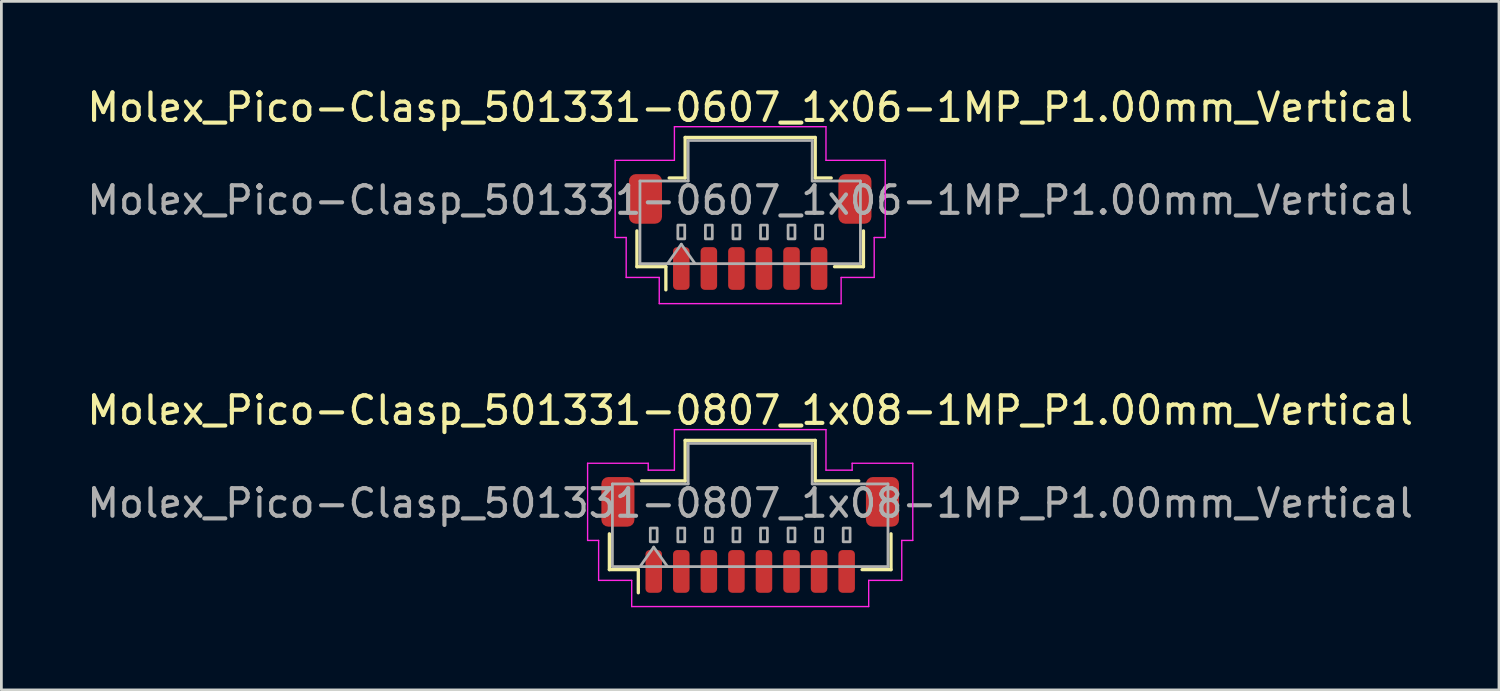
<source format=kicad_pcb>
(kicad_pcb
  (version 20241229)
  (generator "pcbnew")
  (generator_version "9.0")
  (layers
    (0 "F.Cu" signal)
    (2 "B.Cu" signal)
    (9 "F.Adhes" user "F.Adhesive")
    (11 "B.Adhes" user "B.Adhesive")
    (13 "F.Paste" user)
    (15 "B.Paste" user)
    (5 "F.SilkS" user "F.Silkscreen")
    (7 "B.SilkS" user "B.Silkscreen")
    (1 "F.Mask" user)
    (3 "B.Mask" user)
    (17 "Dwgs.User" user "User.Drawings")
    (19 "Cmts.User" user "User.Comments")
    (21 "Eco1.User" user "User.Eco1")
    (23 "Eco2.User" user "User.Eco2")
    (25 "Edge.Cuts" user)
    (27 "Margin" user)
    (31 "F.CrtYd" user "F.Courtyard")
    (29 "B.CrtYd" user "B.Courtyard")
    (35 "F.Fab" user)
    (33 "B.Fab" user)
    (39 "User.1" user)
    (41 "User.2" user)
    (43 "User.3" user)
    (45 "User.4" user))
  (footprint "Molex_Pico-Clasp_501331-0807_1x08-1MP_P1.00mm_Vertical"
    (layer "F.Cu")
    (at 24.173 16.361)
    (property "Reference" "Molex_Pico-Clasp_501331-0807_1x08-1MP_P1.00mm_Vertical" (at 0 -4.52 0) (layer "F.SilkS") (effects (font (size 1 1) (thickness 0.15))))
    (attr smd)
    (fp_line (start -5.11 -0.04) (end -5.11 1.26) (stroke (width 0.12) (type solid)) (layer "F.SilkS"))
    (fp_line (start -5.11 1.26) (end -4.06 1.26) (stroke (width 0.12) (type solid)) (layer "F.SilkS"))
    (fp_line (start -4.06 1.26) (end -4.06 2.1) (stroke (width 0.12) (type solid)) (layer "F.SilkS"))
    (fp_line (start -3.94 -1.96) (end -2.36 -1.96) (stroke (width 0.12) (type solid)) (layer "F.SilkS"))
    (fp_line (start -2.36 -3.43) (end 2.36 -3.43) (stroke (width 0.12) (type solid)) (layer "F.SilkS"))
    (fp_line (start -2.36 -1.96) (end -2.36 -3.43) (stroke (width 0.12) (type solid)) (layer "F.SilkS"))
    (fp_line (start 2.36 -3.43) (end 2.36 -1.96) (stroke (width 0.12) (type solid)) (layer "F.SilkS"))
    (fp_line (start 2.36 -1.96) (end 3.94 -1.96) (stroke (width 0.12) (type solid)) (layer "F.SilkS"))
    (fp_line (start 5.11 -0.04) (end 5.11 1.26) (stroke (width 0.12) (type solid)) (layer "F.SilkS"))
    (fp_line (start 5.11 1.26) (end 4.06 1.26) (stroke (width 0.12) (type solid)) (layer "F.SilkS"))
    (fp_line (start -5.9 -2.6) (end -3.7 -2.6) (stroke (width 0.05) (type solid)) (layer "F.CrtYd"))
    (fp_line (start -5.9 0.2) (end -5.9 -2.6) (stroke (width 0.05) (type solid)) (layer "F.CrtYd"))
    (fp_line (start -5.5 0.2) (end -5.9 0.2) (stroke (width 0.05) (type solid)) (layer "F.CrtYd"))
    (fp_line (start -5.5 1.65) (end -5.5 0.2) (stroke (width 0.05) (type solid)) (layer "F.CrtYd"))
    (fp_line (start -4.3 1.65) (end -5.5 1.65) (stroke (width 0.05) (type solid)) (layer "F.CrtYd"))
    (fp_line (start -4.3 2.6) (end -4.3 1.65) (stroke (width 0.05) (type solid)) (layer "F.CrtYd"))
    (fp_line (start -3.7 -2.6) (end -3.7 -2.35) (stroke (width 0.05) (type solid)) (layer "F.CrtYd"))
    (fp_line (start -3.7 -2.35) (end -2.75 -2.35) (stroke (width 0.05) (type solid)) (layer "F.CrtYd"))
    (fp_line (start -2.75 -3.82) (end 2.75 -3.82) (stroke (width 0.05) (type solid)) (layer "F.CrtYd"))
    (fp_line (start -2.75 -2.35) (end -2.75 -3.82) (stroke (width 0.05) (type solid)) (layer "F.CrtYd"))
    (fp_line (start 2.75 -3.82) (end 2.75 -2.35) (stroke (width 0.05) (type solid)) (layer "F.CrtYd"))
    (fp_line (start 2.75 -2.35) (end 3.7 -2.35) (stroke (width 0.05) (type solid)) (layer "F.CrtYd"))
    (fp_line (start 3.7 -2.6) (end 5.9 -2.6) (stroke (width 0.05) (type solid)) (layer "F.CrtYd"))
    (fp_line (start 3.7 -2.35) (end 3.7 -2.6) (stroke (width 0.05) (type solid)) (layer "F.CrtYd"))
    (fp_line (start 4.3 1.65) (end 4.3 2.6) (stroke (width 0.05) (type solid)) (layer "F.CrtYd"))
    (fp_line (start 4.3 2.6) (end -4.3 2.6) (stroke (width 0.05) (type solid)) (layer "F.CrtYd"))
    (fp_line (start 5.5 0.2) (end 5.5 1.65) (stroke (width 0.05) (type solid)) (layer "F.CrtYd"))
    (fp_line (start 5.5 1.65) (end 4.3 1.65) (stroke (width 0.05) (type solid)) (layer "F.CrtYd"))
    (fp_line (start 5.9 -2.6) (end 5.9 0.2) (stroke (width 0.05) (type solid)) (layer "F.CrtYd"))
    (fp_line (start 5.9 0.2) (end 5.5 0.2) (stroke (width 0.05) (type solid)) (layer "F.CrtYd"))
    (fp_line (start -5 -1.85) (end -2.25 -1.85) (stroke (width 0.1) (type solid)) (layer "F.Fab"))
    (fp_line (start -5 1.15) (end -5 -1.85) (stroke (width 0.1) (type solid)) (layer "F.Fab"))
    (fp_line (start -5 1.15) (end 5 1.15) (stroke (width 0.1) (type solid)) (layer "F.Fab"))
    (fp_line (start -4 1.15) (end -3.5 0.443) (stroke (width 0.1) (type solid)) (layer "F.Fab"))
    (fp_line (start -3.5 0.443) (end -3 1.15) (stroke (width 0.1) (type solid)) (layer "F.Fab"))
    (fp_line (start -2.25 -3.32) (end 2.25 -3.32) (stroke (width 0.1) (type solid)) (layer "F.Fab"))
    (fp_line (start -2.25 -1.85) (end -2.25 -3.32) (stroke (width 0.1) (type solid)) (layer "F.Fab"))
    (fp_line (start 2.25 -3.32) (end 2.25 -1.85) (stroke (width 0.1) (type solid)) (layer "F.Fab"))
    (fp_line (start 2.25 -1.85) (end 5 -1.85) (stroke (width 0.1) (type solid)) (layer "F.Fab"))
    (fp_line (start 5 1.15) (end 5 -1.85) (stroke (width 0.1) (type solid)) (layer "F.Fab"))
    (fp_rect (start -3.625 -0.25) (end -3.375 0.25) (stroke (width 0.1) (type solid)) (fill no) (layer "F.Fab"))
    (fp_rect (start -2.625 -0.25) (end -2.375 0.25) (stroke (width 0.1) (type solid)) (fill no) (layer "F.Fab"))
    (fp_rect (start -1.625 -0.25) (end -1.375 0.25) (stroke (width 0.1) (type solid)) (fill no) (layer "F.Fab"))
    (fp_rect (start -0.625 -0.25) (end -0.375 0.25) (stroke (width 0.1) (type solid)) (fill no) (layer "F.Fab"))
    (fp_rect (start 0.375 -0.25) (end 0.625 0.25) (stroke (width 0.1) (type solid)) (fill no) (layer "F.Fab"))
    (fp_rect (start 1.375 -0.25) (end 1.625 0.25) (stroke (width 0.1) (type solid)) (fill no) (layer "F.Fab"))
    (fp_rect (start 2.375 -0.25) (end 2.625 0.25) (stroke (width 0.1) (type solid)) (fill no) (layer "F.Fab"))
    (fp_rect (start 3.375 -0.25) (end 3.625 0.25) (stroke (width 0.1) (type solid)) (fill no) (layer "F.Fab"))
    (fp_text user "${REFERENCE}" (at 0 -1.15 0) (layer "F.Fab") (effects (font (size 1 1) (thickness 0.15))))
    (pad "1" smd roundrect (at -3.5 1.325) (size 0.6 1.55) (layers "F.Cu" "F.Mask" "F.Paste") (roundrect_rratio 0.25))
    (pad "2" smd roundrect (at -2.5 1.325) (size 0.6 1.55) (layers "F.Cu" "F.Mask" "F.Paste") (roundrect_rratio 0.25))
    (pad "3" smd roundrect (at -1.5 1.325) (size 0.6 1.55) (layers "F.Cu" "F.Mask" "F.Paste") (roundrect_rratio 0.25))
    (pad "4" smd roundrect (at -0.5 1.325) (size 0.6 1.55) (layers "F.Cu" "F.Mask" "F.Paste") (roundrect_rratio 0.25))
    (pad "5" smd roundrect (at 0.5 1.325) (size 0.6 1.55) (layers "F.Cu" "F.Mask" "F.Paste") (roundrect_rratio 0.25))
    (pad "6" smd roundrect (at 1.5 1.325) (size 0.6 1.55) (layers "F.Cu" "F.Mask" "F.Paste") (roundrect_rratio 0.25))
    (pad "7" smd roundrect (at 2.5 1.325) (size 0.6 1.55) (layers "F.Cu" "F.Mask" "F.Paste") (roundrect_rratio 0.25))
    (pad "8" smd roundrect (at 3.5 1.325) (size 0.6 1.55) (layers "F.Cu" "F.Mask" "F.Paste") (roundrect_rratio 0.25))
    (pad "MP" smd roundrect (at -4.8 -1.2) (size 1.2 1.8) (layers "F.Cu" "F.Mask" "F.Paste") (roundrect_rratio 0.208))
    (pad "MP" smd roundrect (at 4.8 -1.2) (size 1.2 1.8) (layers "F.Cu" "F.Mask" "F.Paste") (roundrect_rratio 0.208)))
  (footprint "Molex_Pico-Clasp_501331-0607_1x06-1MP_P1.00mm_Vertical"
    (layer "F.Cu")
    (at 24.173 5.368)
    (property "Reference" "Molex_Pico-Clasp_501331-0607_1x06-1MP_P1.00mm_Vertical" (at 0 -4.52 0) (layer "F.SilkS") (effects (font (size 1 1) (thickness 0.15))))
    (attr smd)
    (fp_line (start -4.11 -0.04) (end -4.11 1.26) (stroke (width 0.12) (type solid)) (layer "F.SilkS"))
    (fp_line (start -4.11 1.26) (end -3.06 1.26) (stroke (width 0.12) (type solid)) (layer "F.SilkS"))
    (fp_line (start -3.06 1.26) (end -3.06 2.1) (stroke (width 0.12) (type solid)) (layer "F.SilkS"))
    (fp_line (start -2.94 -1.96) (end -2.36 -1.96) (stroke (width 0.12) (type solid)) (layer "F.SilkS"))
    (fp_line (start -2.36 -3.43) (end 2.36 -3.43) (stroke (width 0.12) (type solid)) (layer "F.SilkS"))
    (fp_line (start -2.36 -1.96) (end -2.36 -3.43) (stroke (width 0.12) (type solid)) (layer "F.SilkS"))
    (fp_line (start 2.36 -3.43) (end 2.36 -1.96) (stroke (width 0.12) (type solid)) (layer "F.SilkS"))
    (fp_line (start 2.36 -1.96) (end 2.94 -1.96) (stroke (width 0.12) (type solid)) (layer "F.SilkS"))
    (fp_line (start 4.11 -0.04) (end 4.11 1.26) (stroke (width 0.12) (type solid)) (layer "F.SilkS"))
    (fp_line (start 4.11 1.26) (end 3.06 1.26) (stroke (width 0.12) (type solid)) (layer "F.SilkS"))
    (fp_line (start -4.9 -2.6) (end -2.75 -2.6) (stroke (width 0.05) (type solid)) (layer "F.CrtYd"))
    (fp_line (start -4.9 0.2) (end -4.9 -2.6) (stroke (width 0.05) (type solid)) (layer "F.CrtYd"))
    (fp_line (start -4.5 0.2) (end -4.9 0.2) (stroke (width 0.05) (type solid)) (layer "F.CrtYd"))
    (fp_line (start -4.5 1.65) (end -4.5 0.2) (stroke (width 0.05) (type solid)) (layer "F.CrtYd"))
    (fp_line (start -3.3 1.65) (end -4.5 1.65) (stroke (width 0.05) (type solid)) (layer "F.CrtYd"))
    (fp_line (start -3.3 2.6) (end -3.3 1.65) (stroke (width 0.05) (type solid)) (layer "F.CrtYd"))
    (fp_line (start -2.75 -3.82) (end 2.75 -3.82) (stroke (width 0.05) (type solid)) (layer "F.CrtYd"))
    (fp_line (start -2.75 -2.6) (end -2.75 -3.82) (stroke (width 0.05) (type solid)) (layer "F.CrtYd"))
    (fp_line (start 2.75 -3.82) (end 2.75 -2.6) (stroke (width 0.05) (type solid)) (layer "F.CrtYd"))
    (fp_line (start 2.75 -2.6) (end 4.9 -2.6) (stroke (width 0.05) (type solid)) (layer "F.CrtYd"))
    (fp_line (start 3.3 1.65) (end 3.3 2.6) (stroke (width 0.05) (type solid)) (layer "F.CrtYd"))
    (fp_line (start 3.3 2.6) (end -3.3 2.6) (stroke (width 0.05) (type solid)) (layer "F.CrtYd"))
    (fp_line (start 4.5 0.2) (end 4.5 1.65) (stroke (width 0.05) (type solid)) (layer "F.CrtYd"))
    (fp_line (start 4.5 1.65) (end 3.3 1.65) (stroke (width 0.05) (type solid)) (layer "F.CrtYd"))
    (fp_line (start 4.9 -2.6) (end 4.9 0.2) (stroke (width 0.05) (type solid)) (layer "F.CrtYd"))
    (fp_line (start 4.9 0.2) (end 4.5 0.2) (stroke (width 0.05) (type solid)) (layer "F.CrtYd"))
    (fp_line (start -4 -1.85) (end -2.25 -1.85) (stroke (width 0.1) (type solid)) (layer "F.Fab"))
    (fp_line (start -4 1.15) (end -4 -1.85) (stroke (width 0.1) (type solid)) (layer "F.Fab"))
    (fp_line (start -4 1.15) (end 4 1.15) (stroke (width 0.1) (type solid)) (layer "F.Fab"))
    (fp_line (start -3 1.15) (end -2.5 0.443) (stroke (width 0.1) (type solid)) (layer "F.Fab"))
    (fp_line (start -2.5 0.443) (end -2 1.15) (stroke (width 0.1) (type solid)) (layer "F.Fab"))
    (fp_line (start -2.25 -3.32) (end 2.25 -3.32) (stroke (width 0.1) (type solid)) (layer "F.Fab"))
    (fp_line (start -2.25 -1.85) (end -2.25 -3.32) (stroke (width 0.1) (type solid)) (layer "F.Fab"))
    (fp_line (start 2.25 -3.32) (end 2.25 -1.85) (stroke (width 0.1) (type solid)) (layer "F.Fab"))
    (fp_line (start 2.25 -1.85) (end 4 -1.85) (stroke (width 0.1) (type solid)) (layer "F.Fab"))
    (fp_line (start 4 1.15) (end 4 -1.85) (stroke (width 0.1) (type solid)) (layer "F.Fab"))
    (fp_rect (start -2.625 -0.25) (end -2.375 0.25) (stroke (width 0.1) (type solid)) (fill no) (layer "F.Fab"))
    (fp_rect (start -1.625 -0.25) (end -1.375 0.25) (stroke (width 0.1) (type solid)) (fill no) (layer "F.Fab"))
    (fp_rect (start -0.625 -0.25) (end -0.375 0.25) (stroke (width 0.1) (type solid)) (fill no) (layer "F.Fab"))
    (fp_rect (start 0.375 -0.25) (end 0.625 0.25) (stroke (width 0.1) (type solid)) (fill no) (layer "F.Fab"))
    (fp_rect (start 1.375 -0.25) (end 1.625 0.25) (stroke (width 0.1) (type solid)) (fill no) (layer "F.Fab"))
    (fp_rect (start 2.375 -0.25) (end 2.625 0.25) (stroke (width 0.1) (type solid)) (fill no) (layer "F.Fab"))
    (fp_text user "${REFERENCE}" (at 0 -1.15 0) (layer "F.Fab") (effects (font (size 1 1) (thickness 0.15))))
    (pad "1" smd roundrect (at -2.5 1.325) (size 0.6 1.55) (layers "F.Cu" "F.Mask" "F.Paste") (roundrect_rratio 0.25))
    (pad "2" smd roundrect (at -1.5 1.325) (size 0.6 1.55) (layers "F.Cu" "F.Mask" "F.Paste") (roundrect_rratio 0.25))
    (pad "3" smd roundrect (at -0.5 1.325) (size 0.6 1.55) (layers "F.Cu" "F.Mask" "F.Paste") (roundrect_rratio 0.25))
    (pad "4" smd roundrect (at 0.5 1.325) (size 0.6 1.55) (layers "F.Cu" "F.Mask" "F.Paste") (roundrect_rratio 0.25))
    (pad "5" smd roundrect (at 1.5 1.325) (size 0.6 1.55) (layers "F.Cu" "F.Mask" "F.Paste") (roundrect_rratio 0.25))
    (pad "6" smd roundrect (at 2.5 1.325) (size 0.6 1.55) (layers "F.Cu" "F.Mask" "F.Paste") (roundrect_rratio 0.25))
    (pad "MP" smd roundrect (at -3.8 -1.2) (size 1.2 1.8) (layers "F.Cu" "F.Mask" "F.Paste") (roundrect_rratio 0.208))
    (pad "MP" smd roundrect (at 3.8 -1.2) (size 1.2 1.8) (layers "F.Cu" "F.Mask" "F.Paste") (roundrect_rratio 0.208)))
  (gr_rect
    (start -3 -3)
    (end 51.345 21.986)
    (stroke (width 0.1) (type default))
    (fill no)
    (layer "Edge.Cuts")))
</source>
